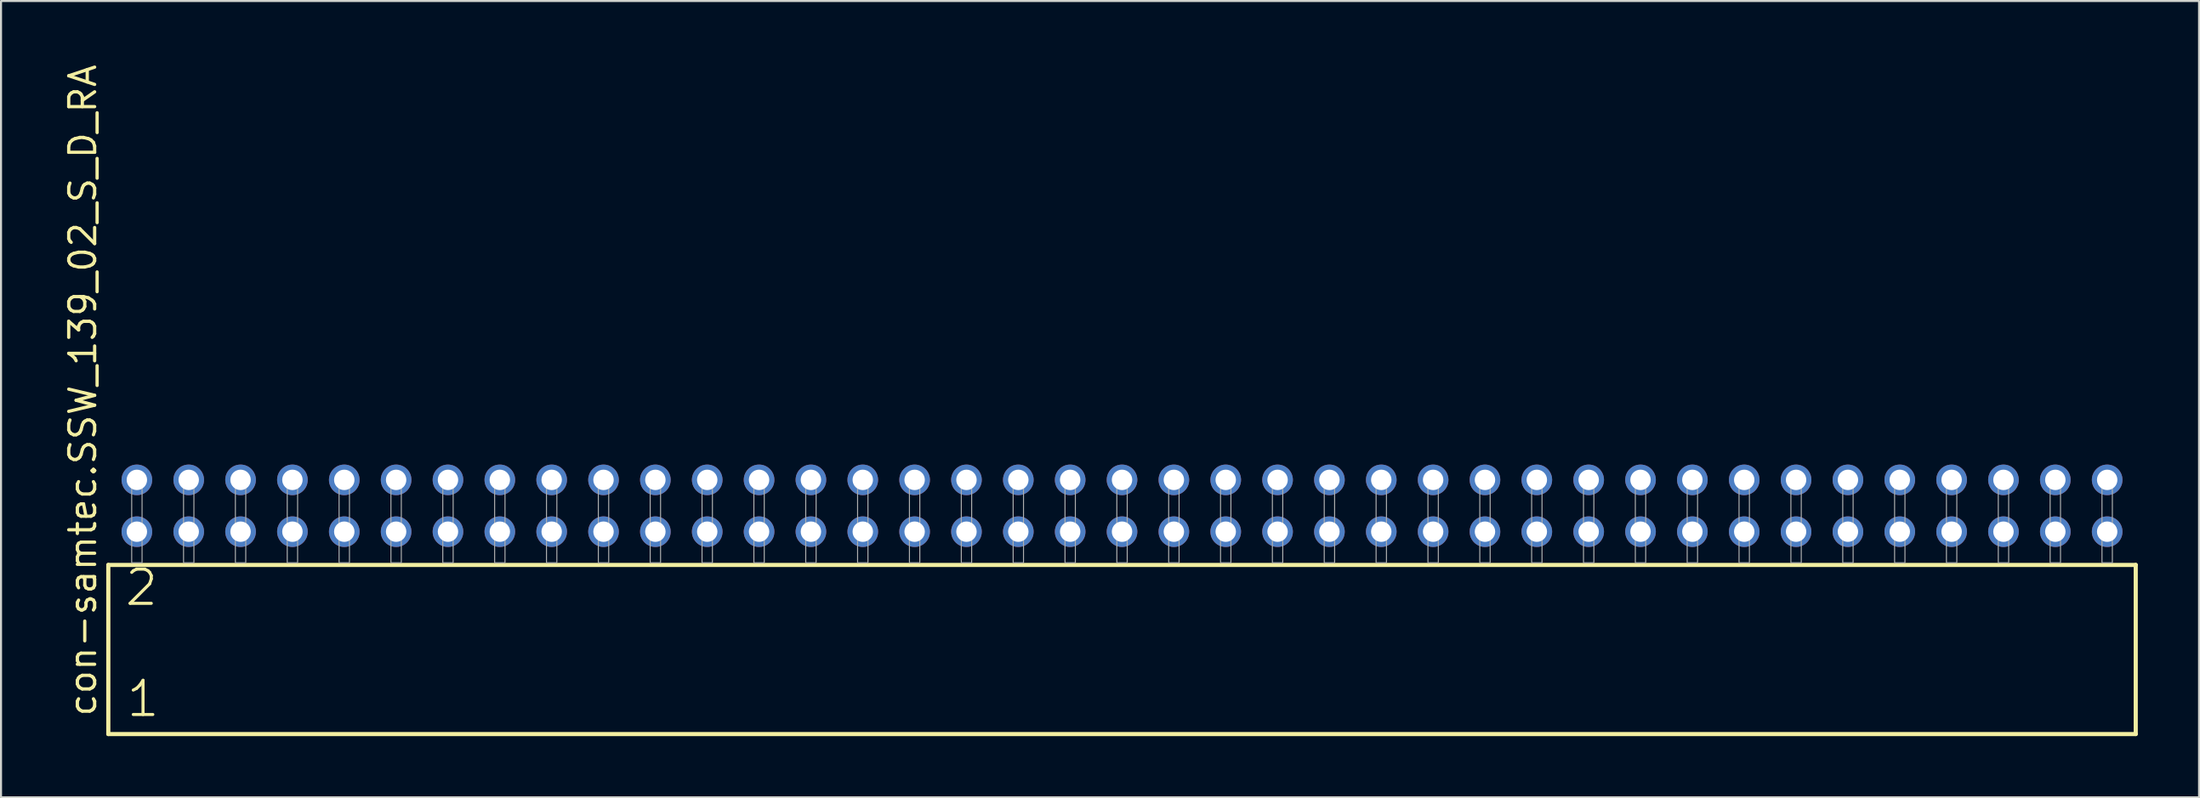
<source format=kicad_pcb>
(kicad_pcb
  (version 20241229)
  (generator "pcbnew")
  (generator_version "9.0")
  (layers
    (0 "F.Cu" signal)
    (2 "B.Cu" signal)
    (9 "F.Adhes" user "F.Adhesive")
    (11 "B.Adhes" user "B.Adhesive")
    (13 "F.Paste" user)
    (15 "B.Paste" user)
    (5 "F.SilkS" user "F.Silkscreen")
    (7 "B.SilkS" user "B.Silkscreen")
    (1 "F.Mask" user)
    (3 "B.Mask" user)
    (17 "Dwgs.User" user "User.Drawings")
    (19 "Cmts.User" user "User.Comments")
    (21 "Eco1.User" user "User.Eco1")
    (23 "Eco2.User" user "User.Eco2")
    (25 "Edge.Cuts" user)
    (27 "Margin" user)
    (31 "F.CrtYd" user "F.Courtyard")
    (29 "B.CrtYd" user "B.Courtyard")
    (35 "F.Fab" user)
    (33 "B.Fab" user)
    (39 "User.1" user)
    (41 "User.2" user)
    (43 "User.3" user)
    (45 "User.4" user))
  (footprint "con-samtec.SSW_139_02_S_D_RA"
    (layer "F.Cu")
    (at 51.915 24.537)
    (property "Reference" "con-samtec.SSW_139_02_S_D_RA" (at -50.165 7.62 90) (layer "F.SilkS") (effects (font (size 1.27 1.27) (thickness 0.16)) (justify left bottom)))
    (attr through_hole)
    (fp_line (start -49.659 0.106) (end -49.659 8.396) (stroke (width 0.203) (type default)) (layer "F.SilkS"))
    (fp_line (start -49.659 8.396) (end 49.659 8.396) (stroke (width 0.203) (type default)) (layer "F.SilkS"))
    (fp_line (start 49.659 0.106) (end -49.659 0.106) (stroke (width 0.203) (type default)) (layer "F.SilkS"))
    (fp_line (start 49.659 8.396) (end 49.659 0.106) (stroke (width 0.203) (type default)) (layer "F.SilkS"))
    (fp_rect (start -48.514 0) (end -48.006 -4.318) (stroke (width 0.05) (type default)) (fill no) (layer "F.Fab"))
    (fp_rect (start -45.974 0) (end -45.466 -4.318) (stroke (width 0.05) (type default)) (fill no) (layer "F.Fab"))
    (fp_rect (start -43.434 0) (end -42.926 -4.318) (stroke (width 0.05) (type default)) (fill no) (layer "F.Fab"))
    (fp_rect (start -40.894 0) (end -40.386 -4.318) (stroke (width 0.05) (type default)) (fill no) (layer "F.Fab"))
    (fp_rect (start -38.354 0) (end -37.846 -4.318) (stroke (width 0.05) (type default)) (fill no) (layer "F.Fab"))
    (fp_rect (start -35.814 0) (end -35.306 -4.318) (stroke (width 0.05) (type default)) (fill no) (layer "F.Fab"))
    (fp_rect (start -33.274 0) (end -32.766 -4.318) (stroke (width 0.05) (type default)) (fill no) (layer "F.Fab"))
    (fp_rect (start -30.734 0) (end -30.226 -4.318) (stroke (width 0.05) (type default)) (fill no) (layer "F.Fab"))
    (fp_rect (start -28.194 0) (end -27.686 -4.318) (stroke (width 0.05) (type default)) (fill no) (layer "F.Fab"))
    (fp_rect (start -25.654 0) (end -25.146 -4.318) (stroke (width 0.05) (type default)) (fill no) (layer "F.Fab"))
    (fp_rect (start -23.114 0) (end -22.606 -4.318) (stroke (width 0.05) (type default)) (fill no) (layer "F.Fab"))
    (fp_rect (start -20.574 0) (end -20.066 -4.318) (stroke (width 0.05) (type default)) (fill no) (layer "F.Fab"))
    (fp_rect (start -18.034 0) (end -17.526 -4.318) (stroke (width 0.05) (type default)) (fill no) (layer "F.Fab"))
    (fp_rect (start -15.494 0) (end -14.986 -4.318) (stroke (width 0.05) (type default)) (fill no) (layer "F.Fab"))
    (fp_rect (start -12.954 0) (end -12.446 -4.318) (stroke (width 0.05) (type default)) (fill no) (layer "F.Fab"))
    (fp_rect (start -10.414 0) (end -9.906 -4.318) (stroke (width 0.05) (type default)) (fill no) (layer "F.Fab"))
    (fp_rect (start -7.874 0) (end -7.366 -4.318) (stroke (width 0.05) (type default)) (fill no) (layer "F.Fab"))
    (fp_rect (start -5.334 0) (end -4.826 -4.318) (stroke (width 0.05) (type default)) (fill no) (layer "F.Fab"))
    (fp_rect (start -2.794 0) (end -2.286 -4.318) (stroke (width 0.05) (type default)) (fill no) (layer "F.Fab"))
    (fp_rect (start -0.254 0) (end 0.254 -4.318) (stroke (width 0.05) (type default)) (fill no) (layer "F.Fab"))
    (fp_rect (start 2.286 0) (end 2.794 -4.318) (stroke (width 0.05) (type default)) (fill no) (layer "F.Fab"))
    (fp_rect (start 4.826 0) (end 5.334 -4.318) (stroke (width 0.05) (type default)) (fill no) (layer "F.Fab"))
    (fp_rect (start 7.366 0) (end 7.874 -4.318) (stroke (width 0.05) (type default)) (fill no) (layer "F.Fab"))
    (fp_rect (start 9.906 0) (end 10.414 -4.318) (stroke (width 0.05) (type default)) (fill no) (layer "F.Fab"))
    (fp_rect (start 12.446 0) (end 12.954 -4.318) (stroke (width 0.05) (type default)) (fill no) (layer "F.Fab"))
    (fp_rect (start 14.986 0) (end 15.494 -4.318) (stroke (width 0.05) (type default)) (fill no) (layer "F.Fab"))
    (fp_rect (start 17.526 0) (end 18.034 -4.318) (stroke (width 0.05) (type default)) (fill no) (layer "F.Fab"))
    (fp_rect (start 20.066 0) (end 20.574 -4.318) (stroke (width 0.05) (type default)) (fill no) (layer "F.Fab"))
    (fp_rect (start 22.606 0) (end 23.114 -4.318) (stroke (width 0.05) (type default)) (fill no) (layer "F.Fab"))
    (fp_rect (start 25.146 0) (end 25.654 -4.318) (stroke (width 0.05) (type default)) (fill no) (layer "F.Fab"))
    (fp_rect (start 27.686 0) (end 28.194 -4.318) (stroke (width 0.05) (type default)) (fill no) (layer "F.Fab"))
    (fp_rect (start 30.226 0) (end 30.734 -4.318) (stroke (width 0.05) (type default)) (fill no) (layer "F.Fab"))
    (fp_rect (start 32.766 0) (end 33.274 -4.318) (stroke (width 0.05) (type default)) (fill no) (layer "F.Fab"))
    (fp_rect (start 35.306 0) (end 35.814 -4.318) (stroke (width 0.05) (type default)) (fill no) (layer "F.Fab"))
    (fp_rect (start 37.846 0) (end 38.354 -4.318) (stroke (width 0.05) (type default)) (fill no) (layer "F.Fab"))
    (fp_rect (start 40.386 0) (end 40.894 -4.318) (stroke (width 0.05) (type default)) (fill no) (layer "F.Fab"))
    (fp_rect (start 42.926 0) (end 43.434 -4.318) (stroke (width 0.05) (type default)) (fill no) (layer "F.Fab"))
    (fp_rect (start 45.466 0) (end 45.974 -4.318) (stroke (width 0.05) (type default)) (fill no) (layer "F.Fab"))
    (fp_rect (start 48.006 0) (end 48.514 -4.318) (stroke (width 0.05) (type default)) (fill no) (layer "F.Fab"))
    (fp_text user "2" (at -48.93 2.2 0) (layer "F.SilkS") (effects (font (size 1.676 1.676) (thickness 0.15)) (justify left bottom)))
    (fp_text user "1" (at -48.855 7.65 0) (layer "F.SilkS") (effects (font (size 1.676 1.676) (thickness 0.15)) (justify left bottom)))
    (pad "1" thru_hole circle (at -48.26 -1.524) (size 1.5 1.5) (drill 1) (layers "*.Cu" "*.Mask"))
    (pad "2" thru_hole circle (at -48.26 -4.064) (size 1.5 1.5) (drill 1) (layers "*.Cu" "*.Mask"))
    (pad "3" thru_hole circle (at -45.72 -1.524) (size 1.5 1.5) (drill 1) (layers "*.Cu" "*.Mask"))
    (pad "4" thru_hole circle (at -45.72 -4.064) (size 1.5 1.5) (drill 1) (layers "*.Cu" "*.Mask"))
    (pad "5" thru_hole circle (at -43.18 -1.524) (size 1.5 1.5) (drill 1) (layers "*.Cu" "*.Mask"))
    (pad "6" thru_hole circle (at -43.18 -4.064) (size 1.5 1.5) (drill 1) (layers "*.Cu" "*.Mask"))
    (pad "7" thru_hole circle (at -40.64 -1.524) (size 1.5 1.5) (drill 1) (layers "*.Cu" "*.Mask"))
    (pad "8" thru_hole circle (at -40.64 -4.064) (size 1.5 1.5) (drill 1) (layers "*.Cu" "*.Mask"))
    (pad "9" thru_hole circle (at -38.1 -1.524) (size 1.5 1.5) (drill 1) (layers "*.Cu" "*.Mask"))
    (pad "10" thru_hole circle (at -38.1 -4.064) (size 1.5 1.5) (drill 1) (layers "*.Cu" "*.Mask"))
    (pad "11" thru_hole circle (at -35.56 -1.524) (size 1.5 1.5) (drill 1) (layers "*.Cu" "*.Mask"))
    (pad "12" thru_hole circle (at -35.56 -4.064) (size 1.5 1.5) (drill 1) (layers "*.Cu" "*.Mask"))
    (pad "13" thru_hole circle (at -33.02 -1.524) (size 1.5 1.5) (drill 1) (layers "*.Cu" "*.Mask"))
    (pad "14" thru_hole circle (at -33.02 -4.064) (size 1.5 1.5) (drill 1) (layers "*.Cu" "*.Mask"))
    (pad "15" thru_hole circle (at -30.48 -1.524) (size 1.5 1.5) (drill 1) (layers "*.Cu" "*.Mask"))
    (pad "16" thru_hole circle (at -30.48 -4.064) (size 1.5 1.5) (drill 1) (layers "*.Cu" "*.Mask"))
    (pad "17" thru_hole circle (at -27.94 -1.524) (size 1.5 1.5) (drill 1) (layers "*.Cu" "*.Mask"))
    (pad "18" thru_hole circle (at -27.94 -4.064) (size 1.5 1.5) (drill 1) (layers "*.Cu" "*.Mask"))
    (pad "19" thru_hole circle (at -25.4 -1.524) (size 1.5 1.5) (drill 1) (layers "*.Cu" "*.Mask"))
    (pad "20" thru_hole circle (at -25.4 -4.064) (size 1.5 1.5) (drill 1) (layers "*.Cu" "*.Mask"))
    (pad "21" thru_hole circle (at -22.86 -1.524) (size 1.5 1.5) (drill 1) (layers "*.Cu" "*.Mask"))
    (pad "22" thru_hole circle (at -22.86 -4.064) (size 1.5 1.5) (drill 1) (layers "*.Cu" "*.Mask"))
    (pad "23" thru_hole circle (at -20.32 -1.524) (size 1.5 1.5) (drill 1) (layers "*.Cu" "*.Mask"))
    (pad "24" thru_hole circle (at -20.32 -4.064) (size 1.5 1.5) (drill 1) (layers "*.Cu" "*.Mask"))
    (pad "25" thru_hole circle (at -17.78 -1.524) (size 1.5 1.5) (drill 1) (layers "*.Cu" "*.Mask"))
    (pad "26" thru_hole circle (at -17.78 -4.064) (size 1.5 1.5) (drill 1) (layers "*.Cu" "*.Mask"))
    (pad "27" thru_hole circle (at -15.24 -1.524) (size 1.5 1.5) (drill 1) (layers "*.Cu" "*.Mask"))
    (pad "28" thru_hole circle (at -15.24 -4.064) (size 1.5 1.5) (drill 1) (layers "*.Cu" "*.Mask"))
    (pad "29" thru_hole circle (at -12.7 -1.524) (size 1.5 1.5) (drill 1) (layers "*.Cu" "*.Mask"))
    (pad "30" thru_hole circle (at -12.7 -4.064) (size 1.5 1.5) (drill 1) (layers "*.Cu" "*.Mask"))
    (pad "31" thru_hole circle (at -10.16 -1.524) (size 1.5 1.5) (drill 1) (layers "*.Cu" "*.Mask"))
    (pad "32" thru_hole circle (at -10.16 -4.064) (size 1.5 1.5) (drill 1) (layers "*.Cu" "*.Mask"))
    (pad "33" thru_hole circle (at -7.62 -1.524) (size 1.5 1.5) (drill 1) (layers "*.Cu" "*.Mask"))
    (pad "34" thru_hole circle (at -7.62 -4.064) (size 1.5 1.5) (drill 1) (layers "*.Cu" "*.Mask"))
    (pad "35" thru_hole circle (at -5.08 -1.524) (size 1.5 1.5) (drill 1) (layers "*.Cu" "*.Mask"))
    (pad "36" thru_hole circle (at -5.08 -4.064) (size 1.5 1.5) (drill 1) (layers "*.Cu" "*.Mask"))
    (pad "37" thru_hole circle (at -2.54 -1.524) (size 1.5 1.5) (drill 1) (layers "*.Cu" "*.Mask"))
    (pad "38" thru_hole circle (at -2.54 -4.064) (size 1.5 1.5) (drill 1) (layers "*.Cu" "*.Mask"))
    (pad "39" thru_hole circle (at 0 -1.524) (size 1.5 1.5) (drill 1) (layers "*.Cu" "*.Mask"))
    (pad "40" thru_hole circle (at 0 -4.064) (size 1.5 1.5) (drill 1) (layers "*.Cu" "*.Mask"))
    (pad "41" thru_hole circle (at 2.54 -1.524) (size 1.5 1.5) (drill 1) (layers "*.Cu" "*.Mask"))
    (pad "42" thru_hole circle (at 2.54 -4.064) (size 1.5 1.5) (drill 1) (layers "*.Cu" "*.Mask"))
    (pad "43" thru_hole circle (at 5.08 -1.524) (size 1.5 1.5) (drill 1) (layers "*.Cu" "*.Mask"))
    (pad "44" thru_hole circle (at 5.08 -4.064) (size 1.5 1.5) (drill 1) (layers "*.Cu" "*.Mask"))
    (pad "45" thru_hole circle (at 7.62 -1.524) (size 1.5 1.5) (drill 1) (layers "*.Cu" "*.Mask"))
    (pad "46" thru_hole circle (at 7.62 -4.064) (size 1.5 1.5) (drill 1) (layers "*.Cu" "*.Mask"))
    (pad "47" thru_hole circle (at 10.16 -1.524) (size 1.5 1.5) (drill 1) (layers "*.Cu" "*.Mask"))
    (pad "48" thru_hole circle (at 10.16 -4.064) (size 1.5 1.5) (drill 1) (layers "*.Cu" "*.Mask"))
    (pad "49" thru_hole circle (at 12.7 -1.524) (size 1.5 1.5) (drill 1) (layers "*.Cu" "*.Mask"))
    (pad "50" thru_hole circle (at 12.7 -4.064) (size 1.5 1.5) (drill 1) (layers "*.Cu" "*.Mask"))
    (pad "51" thru_hole circle (at 15.24 -1.524) (size 1.5 1.5) (drill 1) (layers "*.Cu" "*.Mask"))
    (pad "52" thru_hole circle (at 15.24 -4.064) (size 1.5 1.5) (drill 1) (layers "*.Cu" "*.Mask"))
    (pad "53" thru_hole circle (at 17.78 -1.524) (size 1.5 1.5) (drill 1) (layers "*.Cu" "*.Mask"))
    (pad "54" thru_hole circle (at 17.78 -4.064) (size 1.5 1.5) (drill 1) (layers "*.Cu" "*.Mask"))
    (pad "55" thru_hole circle (at 20.32 -1.524) (size 1.5 1.5) (drill 1) (layers "*.Cu" "*.Mask"))
    (pad "56" thru_hole circle (at 20.32 -4.064) (size 1.5 1.5) (drill 1) (layers "*.Cu" "*.Mask"))
    (pad "57" thru_hole circle (at 22.86 -1.524) (size 1.5 1.5) (drill 1) (layers "*.Cu" "*.Mask"))
    (pad "58" thru_hole circle (at 22.86 -4.064) (size 1.5 1.5) (drill 1) (layers "*.Cu" "*.Mask"))
    (pad "59" thru_hole circle (at 25.4 -1.524) (size 1.5 1.5) (drill 1) (layers "*.Cu" "*.Mask"))
    (pad "60" thru_hole circle (at 25.4 -4.064) (size 1.5 1.5) (drill 1) (layers "*.Cu" "*.Mask"))
    (pad "61" thru_hole circle (at 27.94 -1.524) (size 1.5 1.5) (drill 1) (layers "*.Cu" "*.Mask"))
    (pad "62" thru_hole circle (at 27.94 -4.064) (size 1.5 1.5) (drill 1) (layers "*.Cu" "*.Mask"))
    (pad "63" thru_hole circle (at 30.48 -1.524) (size 1.5 1.5) (drill 1) (layers "*.Cu" "*.Mask"))
    (pad "64" thru_hole circle (at 30.48 -4.064) (size 1.5 1.5) (drill 1) (layers "*.Cu" "*.Mask"))
    (pad "65" thru_hole circle (at 33.02 -1.524) (size 1.5 1.5) (drill 1) (layers "*.Cu" "*.Mask"))
    (pad "66" thru_hole circle (at 33.02 -4.064) (size 1.5 1.5) (drill 1) (layers "*.Cu" "*.Mask"))
    (pad "67" thru_hole circle (at 35.56 -1.524) (size 1.5 1.5) (drill 1) (layers "*.Cu" "*.Mask"))
    (pad "68" thru_hole circle (at 35.56 -4.064) (size 1.5 1.5) (drill 1) (layers "*.Cu" "*.Mask"))
    (pad "69" thru_hole circle (at 38.1 -1.524) (size 1.5 1.5) (drill 1) (layers "*.Cu" "*.Mask"))
    (pad "70" thru_hole circle (at 38.1 -4.064) (size 1.5 1.5) (drill 1) (layers "*.Cu" "*.Mask"))
    (pad "71" thru_hole circle (at 40.64 -1.524) (size 1.5 1.5) (drill 1) (layers "*.Cu" "*.Mask"))
    (pad "72" thru_hole circle (at 40.64 -4.064) (size 1.5 1.5) (drill 1) (layers "*.Cu" "*.Mask"))
    (pad "73" thru_hole circle (at 43.18 -1.524) (size 1.5 1.5) (drill 1) (layers "*.Cu" "*.Mask"))
    (pad "74" thru_hole circle (at 43.18 -4.064) (size 1.5 1.5) (drill 1) (layers "*.Cu" "*.Mask"))
    (pad "75" thru_hole circle (at 45.72 -1.524) (size 1.5 1.5) (drill 1) (layers "*.Cu" "*.Mask"))
    (pad "76" thru_hole circle (at 45.72 -4.064) (size 1.5 1.5) (drill 1) (layers "*.Cu" "*.Mask"))
    (pad "77" thru_hole circle (at 48.26 -1.524) (size 1.5 1.5) (drill 1) (layers "*.Cu" "*.Mask"))
    (pad "78" thru_hole circle (at 48.26 -4.064) (size 1.5 1.5) (drill 1) (layers "*.Cu" "*.Mask")))
  (gr_rect
    (start -3 -3)
    (end 104.676 36.035)
    (stroke (width 0.1) (type default))
    (fill no)
    (layer "Edge.Cuts")))
</source>
